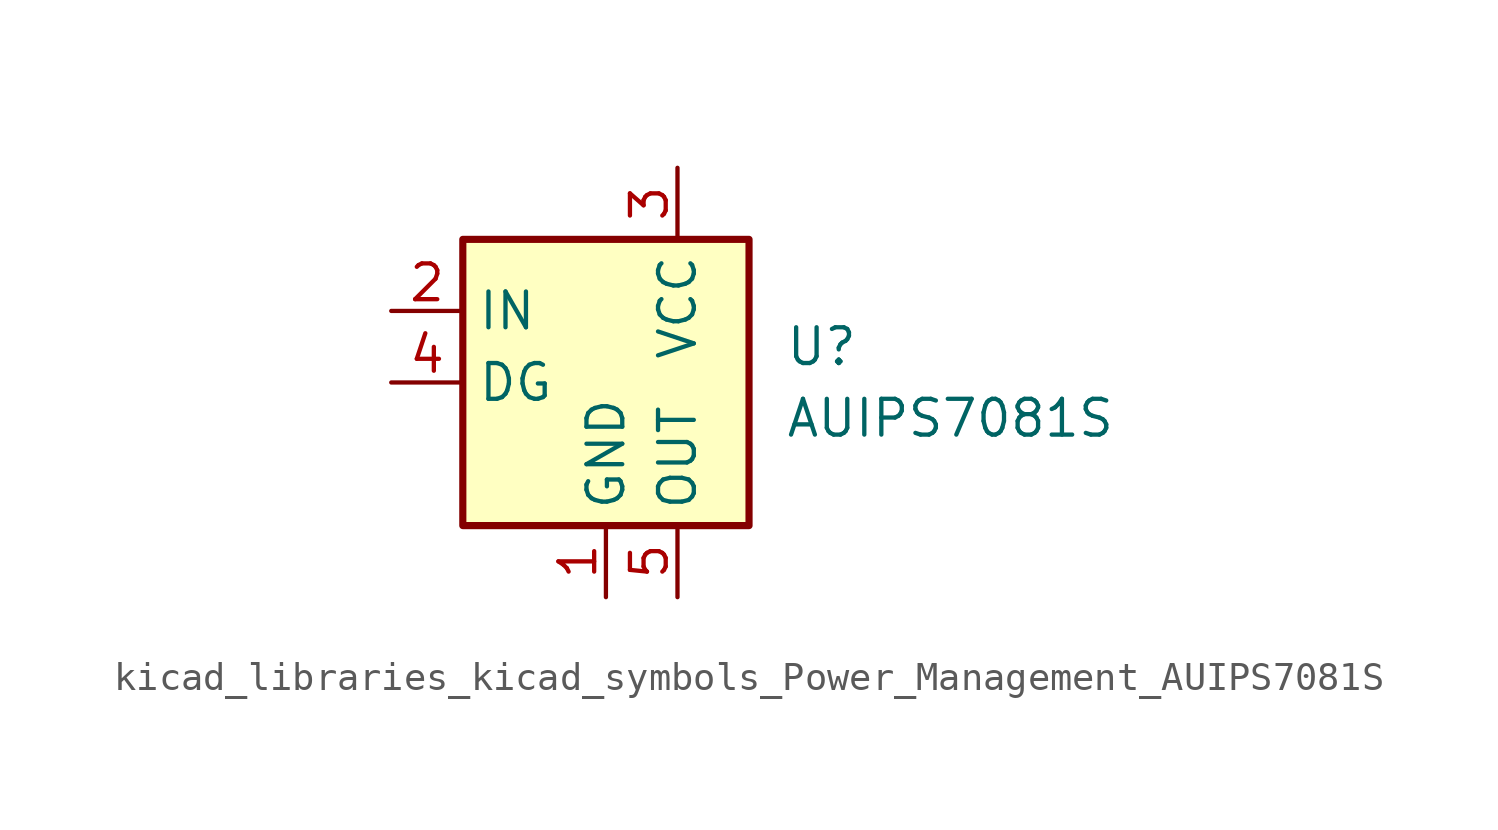
<source format=kicad_sym>
(kicad_symbol_lib
  (version 20220914)
  (generator kicad_symbol_editor)
  (symbol "kicad_libraries_kicad_symbols_Power_Management_AUIPS7081S"
    (property "Reference" "U"
      (at 3.81 1.27 0)
      (effects (font (size 1.27 1.27)) (justify left)))
    (property "Value" "AUIPS7081S"
      (at 3.81 -1.27 0)
      (effects (font (size 1.27 1.27)) (justify left)))
    (symbol "kicad_libraries_kicad_symbols_Power_Management_AUIPS7081S_0_1"
      (rectangle (start -7.62 5.08) (end 2.54 -5.08) (stroke (width 0.254) (type default)) (fill (type background))))
    (symbol "kicad_libraries_kicad_symbols_Power_Management_AUIPS7081S_1_1"
      (pin power_in line (at -2.54 -7.62 90) (length 2.54) (name "GND" (effects (font (size 1.27 1.27)))) (number "1" (effects (font (size 1.27 1.27)))))
      (pin input line (at -10.16 2.54 0) (length 2.54) (name "IN" (effects (font (size 1.27 1.27)))) (number "2" (effects (font (size 1.27 1.27)))))
      (pin power_in line (at 0 7.62 270) (length 2.54) (name "VCC" (effects (font (size 1.27 1.27)))) (number "3" (effects (font (size 1.27 1.27)))))
      (pin open_collector line (at -10.16 0 0) (length 2.54) (name "DG" (effects (font (size 1.27 1.27)))) (number "4" (effects (font (size 1.27 1.27)))))
      (pin power_out line (at 0 -7.62 90) (length 2.54) (name "OUT" (effects (font (size 1.27 1.27)))) (number "5" (effects (font (size 1.27 1.27))))))))
</source>
